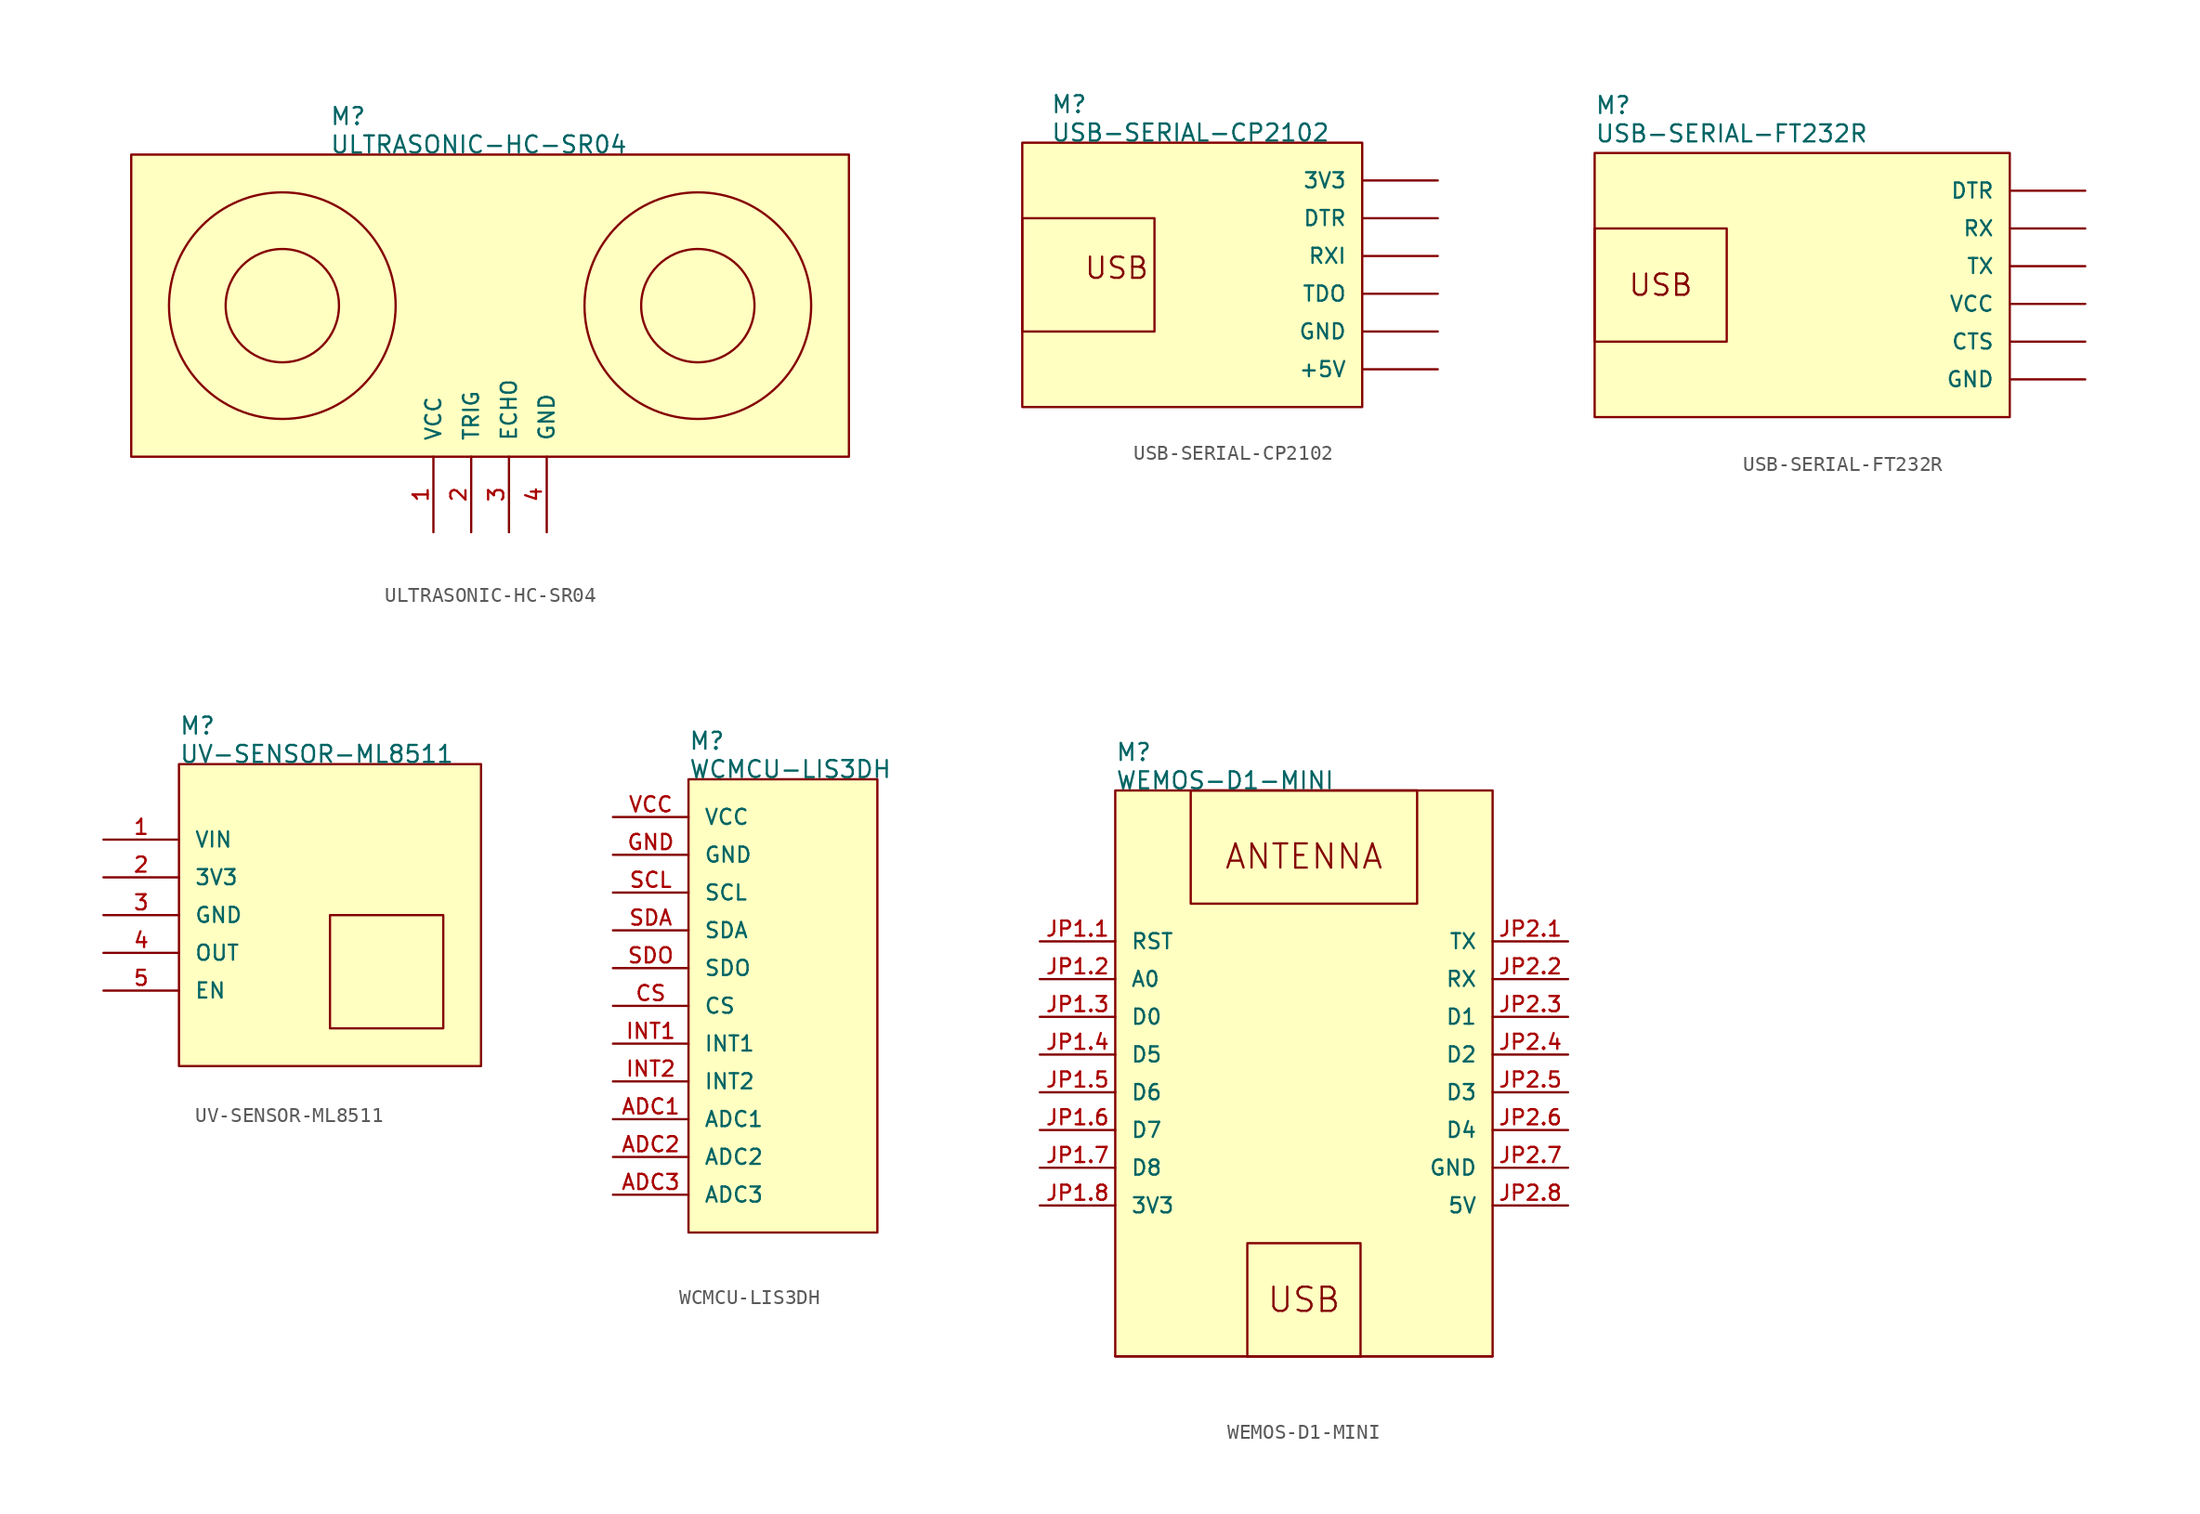
<source format=kicad_sym>
(kicad_symbol_lib
  (version 20211014)
  (generator kicad_symbol_editor)
  (symbol "ULTRASONIC-HC-SR04"
    (pin_names
      (offset 1.016))
    (property "Reference" "M"
      (at -9.525 12.065 0)
      (effects (font (size 1.143 1.143)) (justify left bottom)))
    (property "Value" "ULTRASONIC-HC-SR04"
      (at -9.525 10.16 0)
      (effects (font (size 1.143 1.143)) (justify left bottom)))
    (property "ki_locked" ""
      (at 0 0 0)
      (effects (font (size 1.27 1.27))))
    (symbol "ULTRASONIC-HC-SR04_1_1"
      (rectangle (start -22.86 -10.16) (end 25.4 10.16) (stroke (width 0) (type default) (color 0 0 0 0)) (fill (type background)))
      (circle (center -12.7 0) (radius 3.81) (stroke (width 0) (type default) (color 0 0 0 0)) (fill (type none)))
      (circle (center -12.7 0) (radius 7.62) (stroke (width 0) (type default) (color 0 0 0 0)) (fill (type none)))
      (circle (center 15.24 0) (radius 3.81) (stroke (width 0) (type default) (color 0 0 0 0)) (fill (type none)))
      (circle (center 15.24 0) (radius 7.62) (stroke (width 0) (type default) (color 0 0 0 0)) (fill (type none)))
      (pin power_in line (at -2.54 -15.24 90) (length 5.08) (name "VCC" (effects (font (size 1.016 1.016)))) (number "1" (effects (font (size 1.016 1.016)))))
      (pin input line (at 0 -15.24 90) (length 5.08) (name "TRIG" (effects (font (size 1.016 1.016)))) (number "2" (effects (font (size 1.016 1.016)))))
      (pin output line (at 2.54 -15.24 90) (length 5.08) (name "ECHO" (effects (font (size 1.016 1.016)))) (number "3" (effects (font (size 1.016 1.016)))))
      (pin power_in line (at 5.08 -15.24 90) (length 5.08) (name "GND" (effects (font (size 1.016 1.016)))) (number "4" (effects (font (size 1.016 1.016)))))))
  (symbol "USB-SERIAL-CP2102"
    (pin_numbers hide)
    (pin_names
      (offset 1.016))
    (property "Reference" "M"
      (at -10.795 10.795 0)
      (effects (font (size 1.143 1.143)) (justify left bottom)))
    (property "Value" "USB-SERIAL-CP2102"
      (at -10.795 8.89 0)
      (effects (font (size 1.143 1.143)) (justify left bottom)))
    (property "ki_locked" ""
      (at 0 0 0)
      (effects (font (size 1.27 1.27))))
    (symbol "USB-SERIAL-CP2102_1_0"
      (text "USB" (at -6.35 0.457 0) (effects (font (size 1.422 1.422)))))
    (symbol "USB-SERIAL-CP2102_1_1"
      (rectangle (start -3.81 -3.81) (end -12.7 3.81) (stroke (width 0) (type default) (color 0 0 0 0)) (fill (type none)))
      (rectangle (start 10.16 -8.89) (end -12.7 8.89) (stroke (width 0) (type default) (color 0 0 0 0)) (fill (type background)))
      (pin power_in line (at 15.24 6.35 180) (length 5.08) (name "3V3" (effects (font (size 1.016 1.016)))) (number "1" (effects (font (size 1.016 1.016)))))
      (pin bidirectional line (at 15.24 3.81 180) (length 5.08) (name "DTR" (effects (font (size 1.016 1.016)))) (number "2" (effects (font (size 1.016 1.016)))))
      (pin bidirectional line (at 15.24 1.27 180) (length 5.08) (name "RXI" (effects (font (size 1.016 1.016)))) (number "3" (effects (font (size 1.016 1.016)))))
      (pin bidirectional line (at 15.24 -1.27 180) (length 5.08) (name "TDO" (effects (font (size 1.016 1.016)))) (number "4" (effects (font (size 1.016 1.016)))))
      (pin power_in line (at 15.24 -3.81 180) (length 5.08) (name "GND" (effects (font (size 1.016 1.016)))) (number "5" (effects (font (size 1.016 1.016)))))
      (pin power_in line (at 15.24 -6.35 180) (length 5.08) (name "+5V" (effects (font (size 1.016 1.016)))) (number "6" (effects (font (size 1.016 1.016)))))))
  (symbol "USB-SERIAL-FT232R"
    (pin_numbers hide)
    (pin_names
      (offset 1.016))
    (property "Reference" "M"
      (at -12.7 11.43 0)
      (effects (font (size 1.143 1.143)) (justify left bottom)))
    (property "Value" "USB-SERIAL-FT232R"
      (at -12.7 9.525 0)
      (effects (font (size 1.143 1.143)) (justify left bottom)))
    (property "ki_locked" ""
      (at 0 0 0)
      (effects (font (size 1.27 1.27))))
    (symbol "USB-SERIAL-FT232R_1_0"
      (rectangle (start -12.7 3.81) (end -3.81 -3.81) (stroke (width 0) (type default) (color 0 0 0 0)) (fill (type none)))
      (rectangle (start -12.7 8.89) (end 15.24 -8.89) (stroke (width 0) (type default) (color 0 0 0 0)) (fill (type background)))
      (text "USB" (at -8.255 0 0) (effects (font (size 1.422 1.422)))))
    (symbol "USB-SERIAL-FT232R_1_1"
      (pin bidirectional line (at 20.32 6.35 180) (length 5.08) (name "DTR" (effects (font (size 1.016 1.016)))) (number "1" (effects (font (size 1.016 1.016)))))
      (pin input line (at 20.32 3.81 180) (length 5.08) (name "RX" (effects (font (size 1.016 1.016)))) (number "2" (effects (font (size 1.016 1.016)))))
      (pin output line (at 20.32 1.27 180) (length 5.08) (name "TX" (effects (font (size 1.016 1.016)))) (number "3" (effects (font (size 1.016 1.016)))))
      (pin power_out line (at 20.32 -1.27 180) (length 5.08) (name "VCC" (effects (font (size 1.016 1.016)))) (number "4" (effects (font (size 1.016 1.016)))))
      (pin bidirectional line (at 20.32 -3.81 180) (length 5.08) (name "CTS" (effects (font (size 1.016 1.016)))) (number "5" (effects (font (size 1.016 1.016)))))
      (pin power_out line (at 20.32 -6.35 180) (length 5.08) (name "GND" (effects (font (size 1.016 1.016)))) (number "6" (effects (font (size 1.016 1.016)))))))
  (symbol "UV-SENSOR-ML8511"
    (pin_names
      (offset 1.016))
    (property "Reference" "M"
      (at -5.08 12.065 0)
      (effects (font (size 1.143 1.143)) (justify left bottom)))
    (property "Value" "UV-SENSOR-ML8511"
      (at -5.08 10.16 0)
      (effects (font (size 1.143 1.143)) (justify left bottom)))
    (property "ki_locked" ""
      (at 0 0 0)
      (effects (font (size 1.27 1.27))))
    (symbol "UV-SENSOR-ML8511_1_1"
      (rectangle (start -5.08 -10.16) (end 15.24 10.16) (stroke (width 0) (type default) (color 0 0 0 0)) (fill (type background)))
      (rectangle (start 5.08 -7.62) (end 12.7 0) (stroke (width 0) (type default) (color 0 0 0 0)) (fill (type none)))
      (pin power_in line (at -10.16 5.08 0) (length 5.08) (name "VIN" (effects (font (size 1.016 1.016)))) (number "1" (effects (font (size 1.016 1.016)))))
      (pin power_in line (at -10.16 2.54 0) (length 5.08) (name "3V3" (effects (font (size 1.016 1.016)))) (number "2" (effects (font (size 1.016 1.016)))))
      (pin power_in line (at -10.16 0 0) (length 5.08) (name "GND" (effects (font (size 1.016 1.016)))) (number "3" (effects (font (size 1.016 1.016)))))
      (pin bidirectional line (at -10.16 -2.54 0) (length 5.08) (name "OUT" (effects (font (size 1.016 1.016)))) (number "4" (effects (font (size 1.016 1.016)))))
      (pin bidirectional line (at -10.16 -5.08 0) (length 5.08) (name "EN" (effects (font (size 1.016 1.016)))) (number "5" (effects (font (size 1.016 1.016)))))))
  (symbol "WCMCU-LIS3DH"
    (pin_names
      (offset 1.016))
    (property "Reference" "M"
      (at 0 15.875 0)
      (effects (font (size 1.143 1.143)) (justify left bottom)))
    (property "Value" "WCMCU-LIS3DH"
      (at 0 13.97 0)
      (effects (font (size 1.143 1.143)) (justify left bottom)))
    (property "ki_locked" ""
      (at 0 0 0)
      (effects (font (size 1.27 1.27))))
    (symbol "WCMCU-LIS3DH_1_0"
      (rectangle (start 0 13.97) (end 12.7 -16.51) (stroke (width 0) (type default) (color 0 0 0 0)) (fill (type background))))
    (symbol "WCMCU-LIS3DH_1_1"
      (pin bidirectional line (at -5.08 -8.89 0) (length 5.08) (name "ADC1" (effects (font (size 1.016 1.016)))) (number "ADC1" (effects (font (size 1.016 1.016)))))
      (pin bidirectional line (at -5.08 -11.43 0) (length 5.08) (name "ADC2" (effects (font (size 1.016 1.016)))) (number "ADC2" (effects (font (size 1.016 1.016)))))
      (pin bidirectional line (at -5.08 -13.97 0) (length 5.08) (name "ADC3" (effects (font (size 1.016 1.016)))) (number "ADC3" (effects (font (size 1.016 1.016)))))
      (pin bidirectional line (at -5.08 -1.27 0) (length 5.08) (name "CS" (effects (font (size 1.016 1.016)))) (number "CS" (effects (font (size 1.016 1.016)))))
      (pin bidirectional line (at -5.08 8.89 0) (length 5.08) (name "GND" (effects (font (size 1.016 1.016)))) (number "GND" (effects (font (size 1.016 1.016)))))
      (pin bidirectional line (at -5.08 -3.81 0) (length 5.08) (name "INT1" (effects (font (size 1.016 1.016)))) (number "INT1" (effects (font (size 1.016 1.016)))))
      (pin bidirectional line (at -5.08 -6.35 0) (length 5.08) (name "INT2" (effects (font (size 1.016 1.016)))) (number "INT2" (effects (font (size 1.016 1.016)))))
      (pin bidirectional line (at -5.08 6.35 0) (length 5.08) (name "SCL" (effects (font (size 1.016 1.016)))) (number "SCL" (effects (font (size 1.016 1.016)))))
      (pin bidirectional line (at -5.08 3.81 0) (length 5.08) (name "SDA" (effects (font (size 1.016 1.016)))) (number "SDA" (effects (font (size 1.016 1.016)))))
      (pin bidirectional line (at -5.08 1.27 0) (length 5.08) (name "SDO" (effects (font (size 1.016 1.016)))) (number "SDO" (effects (font (size 1.016 1.016)))))
      (pin bidirectional line (at -5.08 11.43 0) (length 5.08) (name "VCC" (effects (font (size 1.016 1.016)))) (number "VCC" (effects (font (size 1.016 1.016)))))))
  (symbol "WEMOS-D1-MINI"
    (pin_names
      (offset 1.016))
    (property "Reference" "M"
      (at -12.7 22.225 0)
      (effects (font (size 1.143 1.143)) (justify left bottom)))
    (property "Value" "WEMOS-D1-MINI"
      (at -12.7 20.32 0)
      (effects (font (size 1.143 1.143)) (justify left bottom)))
    (property "ki_locked" ""
      (at 0 0 0)
      (effects (font (size 1.27 1.27))))
    (symbol "WEMOS-D1-MINI_1_0"
      (polyline (pts (xy -3.81 -17.78) (xy -12.7 -17.78)) (stroke (width 0) (type default) (color 0 0 0 0)) (fill (type none)))
      (polyline (pts (xy 3.81 -17.78) (xy -3.81 -17.78)) (stroke (width 0) (type default) (color 0 0 0 0)) (fill (type none)))
      (polyline (pts (xy 12.7 -17.78) (xy 3.81 -17.78)) (stroke (width 0) (type default) (color 0 0 0 0)) (fill (type none)))
      (text "ANTENNA" (at 0 15.875 0) (effects (font (size 1.626 1.626))))
      (text "USB" (at 0 -13.97 0) (effects (font (size 1.626 1.626)))))
    (symbol "WEMOS-D1-MINI_1_1"
      (rectangle (start -12.7 -17.78) (end 12.7 20.32) (stroke (width 0) (type default) (color 0 0 0 0)) (fill (type background)))
      (rectangle (start -7.62 12.7) (end 7.62 20.32) (stroke (width 0) (type default) (color 0 0 0 0)) (fill (type none)))
      (rectangle (start -3.81 -10.16) (end 3.81 -17.78) (stroke (width 0) (type default) (color 0 0 0 0)) (fill (type none)))
      (pin bidirectional line (at -17.78 10.16 0) (length 5.08) (name "RST" (effects (font (size 1.016 1.016)))) (number "JP1.1" (effects (font (size 1.016 1.016)))))
      (pin bidirectional line (at -17.78 7.62 0) (length 5.08) (name "A0" (effects (font (size 1.016 1.016)))) (number "JP1.2" (effects (font (size 1.016 1.016)))))
      (pin bidirectional line (at -17.78 5.08 0) (length 5.08) (name "D0" (effects (font (size 1.016 1.016)))) (number "JP1.3" (effects (font (size 1.016 1.016)))))
      (pin bidirectional line (at -17.78 2.54 0) (length 5.08) (name "D5" (effects (font (size 1.016 1.016)))) (number "JP1.4" (effects (font (size 1.016 1.016)))))
      (pin bidirectional line (at -17.78 0 0) (length 5.08) (name "D6" (effects (font (size 1.016 1.016)))) (number "JP1.5" (effects (font (size 1.016 1.016)))))
      (pin bidirectional line (at -17.78 -2.54 0) (length 5.08) (name "D7" (effects (font (size 1.016 1.016)))) (number "JP1.6" (effects (font (size 1.016 1.016)))))
      (pin bidirectional line (at -17.78 -5.08 0) (length 5.08) (name "D8" (effects (font (size 1.016 1.016)))) (number "JP1.7" (effects (font (size 1.016 1.016)))))
      (pin power_in line (at -17.78 -7.62 0) (length 5.08) (name "3V3" (effects (font (size 1.016 1.016)))) (number "JP1.8" (effects (font (size 1.016 1.016)))))
      (pin bidirectional line (at 17.78 10.16 180) (length 5.08) (name "TX" (effects (font (size 1.016 1.016)))) (number "JP2.1" (effects (font (size 1.016 1.016)))))
      (pin bidirectional line (at 17.78 7.62 180) (length 5.08) (name "RX" (effects (font (size 1.016 1.016)))) (number "JP2.2" (effects (font (size 1.016 1.016)))))
      (pin bidirectional line (at 17.78 5.08 180) (length 5.08) (name "D1" (effects (font (size 1.016 1.016)))) (number "JP2.3" (effects (font (size 1.016 1.016)))))
      (pin bidirectional line (at 17.78 2.54 180) (length 5.08) (name "D2" (effects (font (size 1.016 1.016)))) (number "JP2.4" (effects (font (size 1.016 1.016)))))
      (pin bidirectional line (at 17.78 0 180) (length 5.08) (name "D3" (effects (font (size 1.016 1.016)))) (number "JP2.5" (effects (font (size 1.016 1.016)))))
      (pin bidirectional line (at 17.78 -2.54 180) (length 5.08) (name "D4" (effects (font (size 1.016 1.016)))) (number "JP2.6" (effects (font (size 1.016 1.016)))))
      (pin power_in line (at 17.78 -5.08 180) (length 5.08) (name "GND" (effects (font (size 1.016 1.016)))) (number "JP2.7" (effects (font (size 1.016 1.016)))))
      (pin power_in line (at 17.78 -7.62 180) (length 5.08) (name "5V" (effects (font (size 1.016 1.016)))) (number "JP2.8" (effects (font (size 1.016 1.016))))))))
</source>
